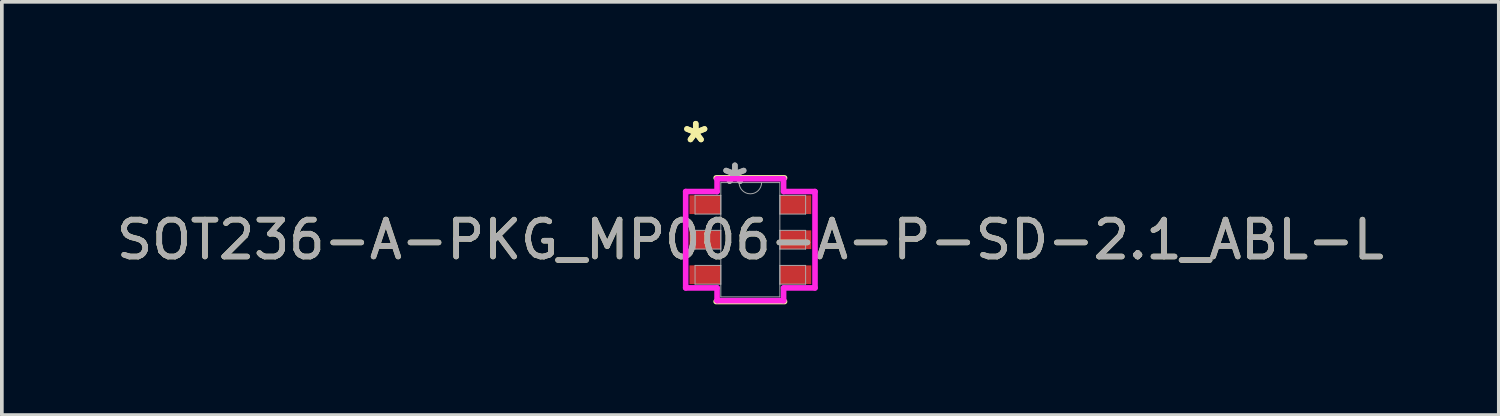
<source format=kicad_pcb>
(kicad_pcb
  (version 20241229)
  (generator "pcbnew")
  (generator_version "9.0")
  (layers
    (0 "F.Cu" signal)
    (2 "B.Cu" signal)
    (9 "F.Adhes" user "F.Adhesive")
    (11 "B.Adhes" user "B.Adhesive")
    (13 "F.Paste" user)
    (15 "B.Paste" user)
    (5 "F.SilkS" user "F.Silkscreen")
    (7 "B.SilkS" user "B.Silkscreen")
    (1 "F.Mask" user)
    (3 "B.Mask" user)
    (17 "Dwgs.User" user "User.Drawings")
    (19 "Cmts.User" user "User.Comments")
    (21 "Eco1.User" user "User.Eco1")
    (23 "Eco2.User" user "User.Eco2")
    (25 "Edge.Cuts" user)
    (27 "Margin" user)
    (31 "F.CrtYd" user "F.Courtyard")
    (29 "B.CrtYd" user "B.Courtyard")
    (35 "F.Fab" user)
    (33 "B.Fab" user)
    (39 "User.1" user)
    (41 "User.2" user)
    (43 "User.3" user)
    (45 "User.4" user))
  (footprint "SOT236-A-PKG_MP006-A-P-SD-2.1_ABL-L"
    (layer "F.Cu")
    (at 17.292 3.449)
    (property "Reference" "SOT236-A-PKG_MP006-A-P-SD-2.1_ABL-L" (at 0 0 0) (unlocked yes) (layer "F.SilkS") (effects (font (size 1 1) (thickness 0.15))))
    (attr smd)
    (fp_line (start -0.927 1.676) (end 0.927 1.676) (stroke (width 0.152) (type solid)) (layer "F.SilkS"))
    (fp_line (start 0.927 -1.676) (end -0.927 -1.676) (stroke (width 0.152) (type solid)) (layer "F.SilkS"))
    (fp_line (start -1.753 -1.306) (end -0.902 -1.306) (stroke (width 0.152) (type solid)) (layer "F.CrtYd"))
    (fp_line (start -1.753 1.306) (end -1.753 -1.306) (stroke (width 0.152) (type solid)) (layer "F.CrtYd"))
    (fp_line (start -1.753 1.306) (end -0.902 1.306) (stroke (width 0.152) (type solid)) (layer "F.CrtYd"))
    (fp_line (start -0.902 -1.651) (end 0.902 -1.651) (stroke (width 0.152) (type solid)) (layer "F.CrtYd"))
    (fp_line (start -0.902 -1.306) (end -0.902 -1.651) (stroke (width 0.152) (type solid)) (layer "F.CrtYd"))
    (fp_line (start -0.902 1.651) (end -0.902 1.306) (stroke (width 0.152) (type solid)) (layer "F.CrtYd"))
    (fp_line (start 0.902 -1.651) (end 0.902 -1.306) (stroke (width 0.152) (type solid)) (layer "F.CrtYd"))
    (fp_line (start 0.902 1.306) (end 0.902 1.651) (stroke (width 0.152) (type solid)) (layer "F.CrtYd"))
    (fp_line (start 0.902 1.651) (end -0.902 1.651) (stroke (width 0.152) (type solid)) (layer "F.CrtYd"))
    (fp_line (start 1.753 -1.306) (end 0.902 -1.306) (stroke (width 0.152) (type solid)) (layer "F.CrtYd"))
    (fp_line (start 1.753 -1.306) (end 1.753 1.306) (stroke (width 0.152) (type solid)) (layer "F.CrtYd"))
    (fp_line (start 1.753 1.306) (end 0.902 1.306) (stroke (width 0.152) (type solid)) (layer "F.CrtYd"))
    (fp_line (start -1.499 -1.204) (end -1.499 -0.696) (stroke (width 0.025) (type solid)) (layer "F.Fab"))
    (fp_line (start -1.499 -0.696) (end -0.8 -0.696) (stroke (width 0.025) (type solid)) (layer "F.Fab"))
    (fp_line (start -1.499 -0.254) (end -1.499 0.254) (stroke (width 0.025) (type solid)) (layer "F.Fab"))
    (fp_line (start -1.499 0.254) (end -0.8 0.254) (stroke (width 0.025) (type solid)) (layer "F.Fab"))
    (fp_line (start -1.499 0.696) (end -1.499 1.204) (stroke (width 0.025) (type solid)) (layer "F.Fab"))
    (fp_line (start -1.499 1.204) (end -0.8 1.204) (stroke (width 0.025) (type solid)) (layer "F.Fab"))
    (fp_line (start -0.8 -1.549) (end -0.8 1.549) (stroke (width 0.025) (type solid)) (layer "F.Fab"))
    (fp_line (start -0.8 -1.204) (end -1.499 -1.204) (stroke (width 0.025) (type solid)) (layer "F.Fab"))
    (fp_line (start -0.8 -0.696) (end -0.8 -1.204) (stroke (width 0.025) (type solid)) (layer "F.Fab"))
    (fp_line (start -0.8 -0.254) (end -1.499 -0.254) (stroke (width 0.025) (type solid)) (layer "F.Fab"))
    (fp_line (start -0.8 0.254) (end -0.8 -0.254) (stroke (width 0.025) (type solid)) (layer "F.Fab"))
    (fp_line (start -0.8 0.696) (end -1.499 0.696) (stroke (width 0.025) (type solid)) (layer "F.Fab"))
    (fp_line (start -0.8 1.204) (end -0.8 0.696) (stroke (width 0.025) (type solid)) (layer "F.Fab"))
    (fp_line (start -0.8 1.549) (end 0.8 1.549) (stroke (width 0.025) (type solid)) (layer "F.Fab"))
    (fp_line (start 0.8 -1.549) (end -0.8 -1.549) (stroke (width 0.025) (type solid)) (layer "F.Fab"))
    (fp_line (start 0.8 -1.204) (end 0.8 -0.696) (stroke (width 0.025) (type solid)) (layer "F.Fab"))
    (fp_line (start 0.8 -0.696) (end 1.499 -0.696) (stroke (width 0.025) (type solid)) (layer "F.Fab"))
    (fp_line (start 0.8 -0.254) (end 0.8 0.254) (stroke (width 0.025) (type solid)) (layer "F.Fab"))
    (fp_line (start 0.8 0.254) (end 1.499 0.254) (stroke (width 0.025) (type solid)) (layer "F.Fab"))
    (fp_line (start 0.8 0.696) (end 0.8 1.204) (stroke (width 0.025) (type solid)) (layer "F.Fab"))
    (fp_line (start 0.8 1.204) (end 1.499 1.204) (stroke (width 0.025) (type solid)) (layer "F.Fab"))
    (fp_line (start 0.8 1.549) (end 0.8 -1.549) (stroke (width 0.025) (type solid)) (layer "F.Fab"))
    (fp_line (start 1.499 -1.204) (end 0.8 -1.204) (stroke (width 0.025) (type solid)) (layer "F.Fab"))
    (fp_line (start 1.499 -0.696) (end 1.499 -1.204) (stroke (width 0.025) (type solid)) (layer "F.Fab"))
    (fp_line (start 1.499 -0.254) (end 0.8 -0.254) (stroke (width 0.025) (type solid)) (layer "F.Fab"))
    (fp_line (start 1.499 0.254) (end 1.499 -0.254) (stroke (width 0.025) (type solid)) (layer "F.Fab"))
    (fp_line (start 1.499 0.696) (end 0.8 0.696) (stroke (width 0.025) (type solid)) (layer "F.Fab"))
    (fp_line (start 1.499 1.204) (end 1.499 0.696) (stroke (width 0.025) (type solid)) (layer "F.Fab"))
    (fp_arc (start 0.3048 -1.5494) (mid 0 -1.2446) (end -0.3048 -1.5494) (stroke (width 0.0254) (type solid)) (layer "F.Fab"))
    (fp_text user "*" (at -1.48 -2.601 0) (unlocked yes) (layer "F.SilkS") (effects (font (size 1 1) (thickness 0.15))))
    (fp_text user "*" (at -1.48 -2.601 0) (layer "F.SilkS") (effects (font (size 1 1) (thickness 0.15))))
    (fp_text user "*" (at -0.419 -1.473 0) (layer "F.Fab") (effects (font (size 1 1) (thickness 0.15))))
    (fp_text user "${REFERENCE}" (at 0 0 0) (unlocked yes) (layer "F.Fab") (effects (font (size 1 1) (thickness 0.15))))
    (fp_text user "*" (at -0.419 -1.473 0) (unlocked yes) (layer "F.Fab") (effects (font (size 1 1) (thickness 0.15))))
    (pad "1" smd rect (at -1.226 -0.95) (size 0.851 0.508) (layers "F.Cu" "F.Mask" "F.Paste"))
    (pad "2" smd rect (at -1.226 0) (size 0.851 0.508) (layers "F.Cu" "F.Mask" "F.Paste"))
    (pad "3" smd rect (at -1.226 0.95) (size 0.851 0.508) (layers "F.Cu" "F.Mask" "F.Paste"))
    (pad "4" smd rect (at 1.226 0.95) (size 0.851 0.508) (layers "F.Cu" "F.Mask" "F.Paste"))
    (pad "5" smd rect (at 1.226 0) (size 0.851 0.508) (layers "F.Cu" "F.Mask" "F.Paste"))
    (pad "6" smd rect (at 1.226 -0.95) (size 0.851 0.508) (layers "F.Cu" "F.Mask" "F.Paste")))
  (gr_rect
    (start -3 -3)
    (end 37.583 8.202)
    (stroke (width 0.1) (type default))
    (fill no)
    (layer "Edge.Cuts")))
</source>
